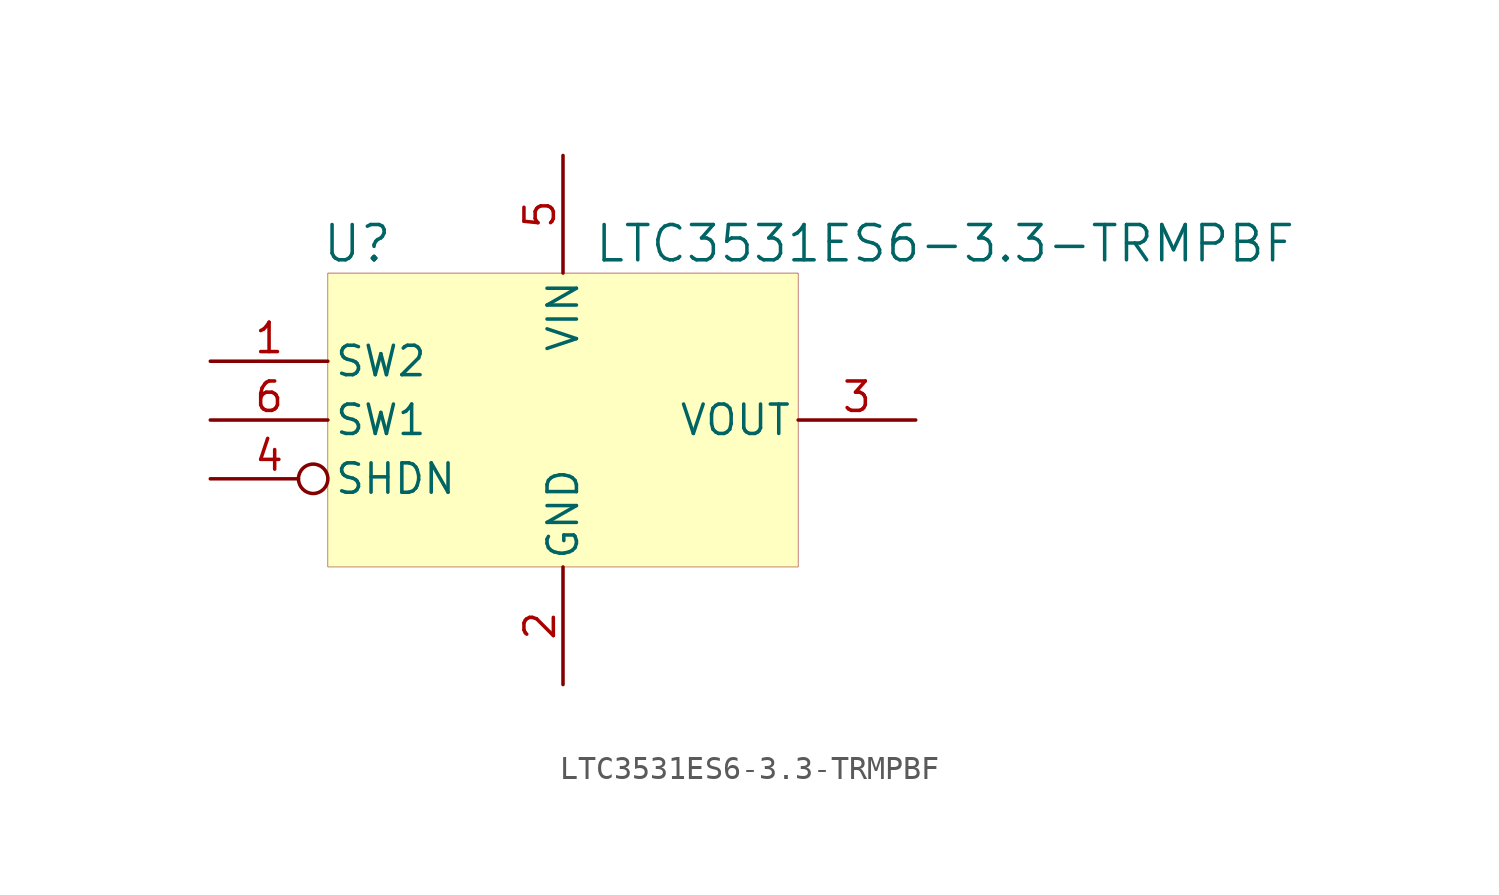
<source format=kicad_sym>
(kicad_symbol_lib
  (version 20200126)
  (host kicad_symbol_editor "(5.99.0-2692-g4068a2f01)")
  (symbol "AI_DC-DC-Voltage-Regulators:LTC3531ES6-3.3-TRMPBF"
    (pin_names
      (offset 0.254))
    (property "Reference" "U"
      (at 6.35 5.08 0)
      (effects (font (size 1.524 1.524))))
    (property "Value" "LTC3531ES6-3.3-TRMPBF"
      (at 31.75 5.08 0)
      (effects (font (size 1.524 1.524))))
    (symbol "LTC3531ES6-3.3-TRMPBF_1_1"
      (rectangle (start 5.08 3.81) (end 25.4 -8.89) (stroke (width 0.001)) (fill (type background)))
      (pin unspecified line (at 0 0 0) (length 5.08) (name "SW2" (effects (font (size 1.27 1.27)))) (number "1" (effects (font (size 1.27 1.27)))))
      (pin power_in line (at 15.24 -13.97 90) (length 5.08) (name "GND" (effects (font (size 1.27 1.27)))) (number "2" (effects (font (size 1.27 1.27)))))
      (pin output line (at 30.48 -2.54 180) (length 5.08) (name "VOUT" (effects (font (size 1.27 1.27)))) (number "3" (effects (font (size 1.27 1.27)))))
      (pin unspecified inverted (at 0 -5.08 0) (length 5.08) (name "SHDN" (effects (font (size 1.27 1.27)))) (number "4" (effects (font (size 1.27 1.27)))))
      (pin power_in line (at 15.24 8.89 270) (length 5.08) (name "VIN" (effects (font (size 1.27 1.27)))) (number "5" (effects (font (size 1.27 1.27)))))
      (pin unspecified line (at 0 -2.54 0) (length 5.08) (name "SW1" (effects (font (size 1.27 1.27)))) (number "6" (effects (font (size 1.27 1.27))))))))
</source>
